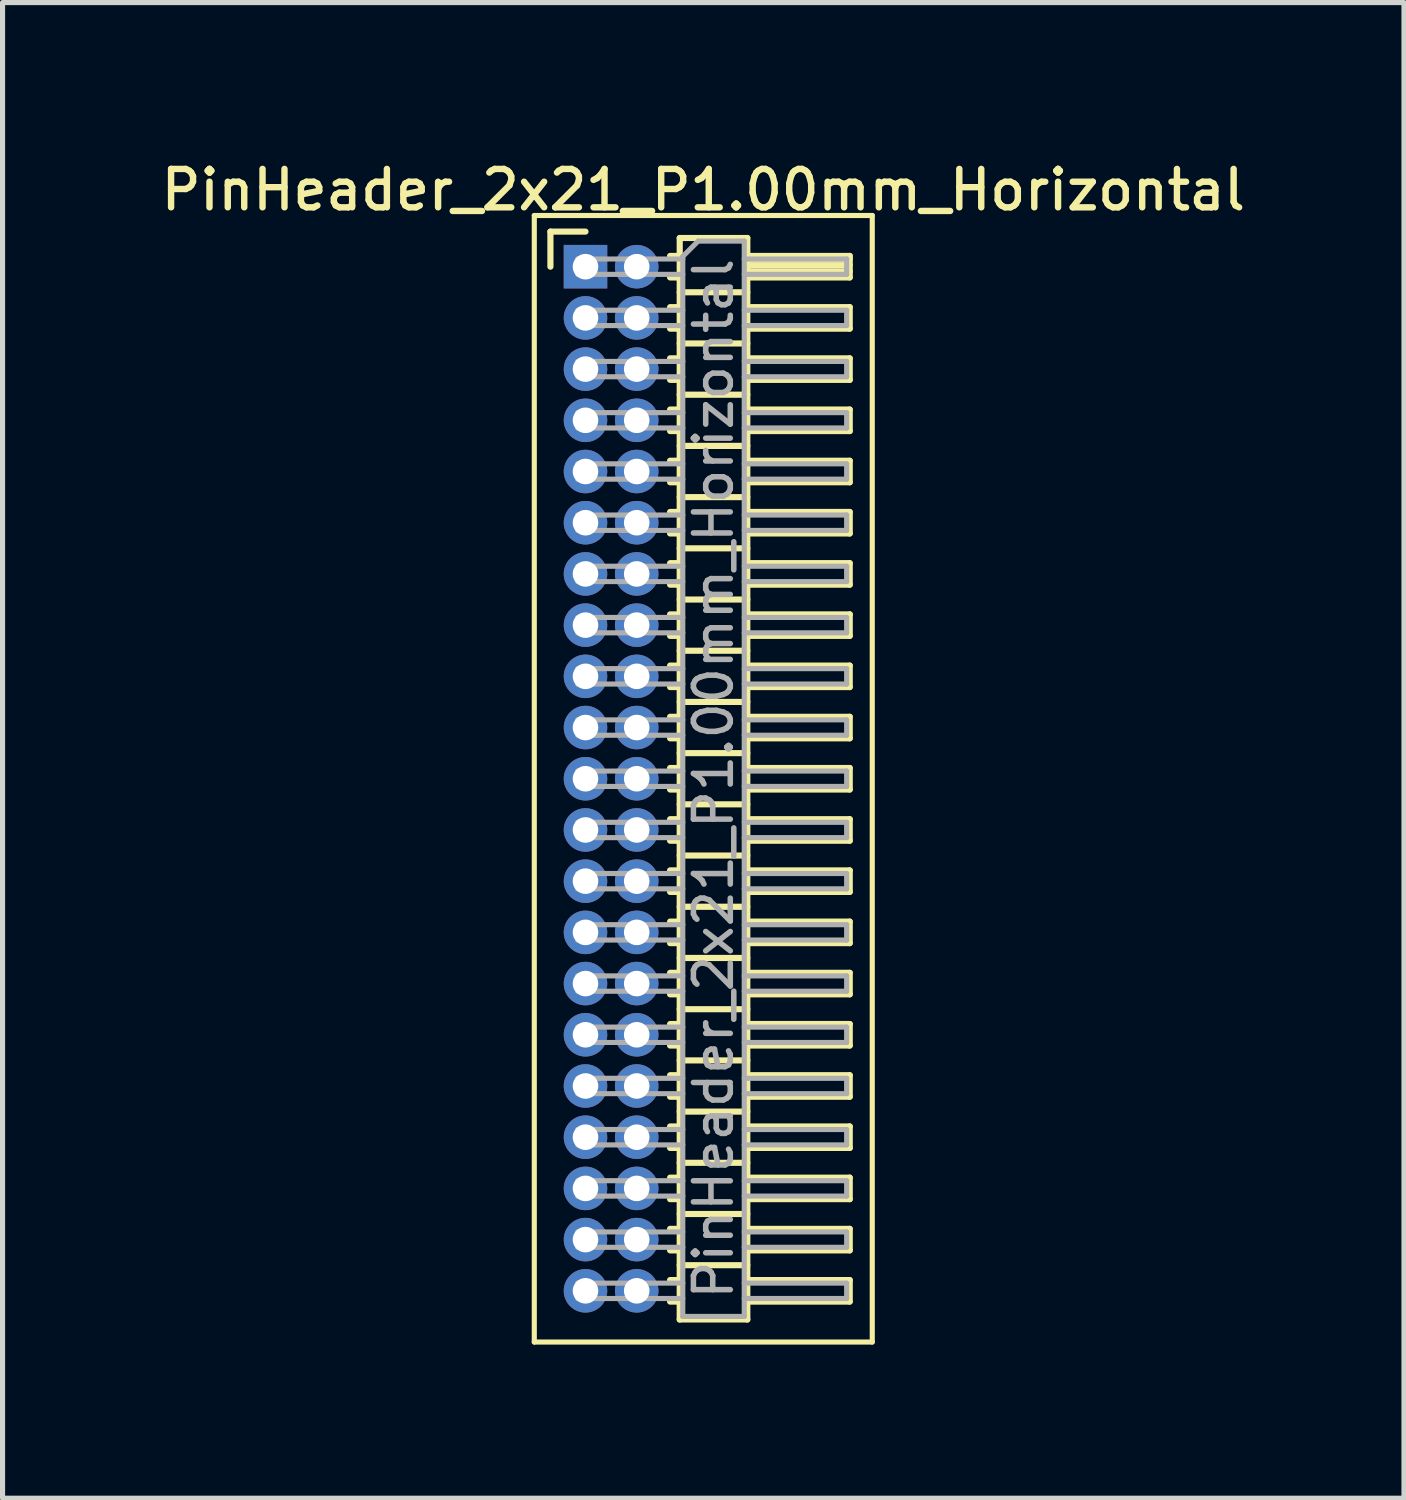
<source format=kicad_pcb>
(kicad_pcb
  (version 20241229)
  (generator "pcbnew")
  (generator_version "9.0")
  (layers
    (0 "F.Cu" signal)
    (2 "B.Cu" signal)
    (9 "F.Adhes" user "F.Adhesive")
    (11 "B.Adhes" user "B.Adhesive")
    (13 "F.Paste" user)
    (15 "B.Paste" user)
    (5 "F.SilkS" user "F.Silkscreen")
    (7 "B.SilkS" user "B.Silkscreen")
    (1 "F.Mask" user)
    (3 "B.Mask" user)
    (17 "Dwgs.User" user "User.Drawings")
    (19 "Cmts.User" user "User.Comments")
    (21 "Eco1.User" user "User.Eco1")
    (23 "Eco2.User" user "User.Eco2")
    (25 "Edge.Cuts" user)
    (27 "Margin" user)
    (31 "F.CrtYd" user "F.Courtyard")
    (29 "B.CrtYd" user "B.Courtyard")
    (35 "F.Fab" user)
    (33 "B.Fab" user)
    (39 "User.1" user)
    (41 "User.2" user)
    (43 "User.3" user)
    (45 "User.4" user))
  (footprint "PinHeader_2x21_P1.00mm_Horizontal"
    (layer "F.Cu")
    (at 8.384 2.158)
    (property "Reference" "PinHeader_2x21_P1.00mm_Horizontal" (at 2.3 -1.5 0) (layer "F.SilkS") (effects (font (size 0.75 0.75) (thickness 0.125))))
    (attr through_hole)
    (fp_line (start -1 -1) (end -1 21) (stroke (width 0.1) (type solid)) (layer "F.SilkS"))
    (fp_line (start -1 21) (end 5.6 21) (stroke (width 0.1) (type solid)) (layer "F.SilkS"))
    (fp_line (start -0.685 -0.685) (end 0 -0.685) (stroke (width 0.12) (type solid)) (layer "F.SilkS"))
    (fp_line (start -0.685 0) (end -0.685 -0.685) (stroke (width 0.12) (type solid)) (layer "F.SilkS"))
    (fp_line (start 1.652 -0.21) (end 1.84 -0.21) (stroke (width 0.12) (type solid)) (layer "F.SilkS"))
    (fp_line (start 1.652 0.21) (end 1.84 0.21) (stroke (width 0.12) (type solid)) (layer "F.SilkS"))
    (fp_line (start 1.652 0.79) (end 1.84 0.79) (stroke (width 0.12) (type solid)) (layer "F.SilkS"))
    (fp_line (start 1.652 1.21) (end 1.84 1.21) (stroke (width 0.12) (type solid)) (layer "F.SilkS"))
    (fp_line (start 1.652 1.79) (end 1.84 1.79) (stroke (width 0.12) (type solid)) (layer "F.SilkS"))
    (fp_line (start 1.652 2.21) (end 1.84 2.21) (stroke (width 0.12) (type solid)) (layer "F.SilkS"))
    (fp_line (start 1.652 2.79) (end 1.84 2.79) (stroke (width 0.12) (type solid)) (layer "F.SilkS"))
    (fp_line (start 1.652 3.21) (end 1.84 3.21) (stroke (width 0.12) (type solid)) (layer "F.SilkS"))
    (fp_line (start 1.652 3.79) (end 1.84 3.79) (stroke (width 0.12) (type solid)) (layer "F.SilkS"))
    (fp_line (start 1.652 4.21) (end 1.84 4.21) (stroke (width 0.12) (type solid)) (layer "F.SilkS"))
    (fp_line (start 1.652 4.79) (end 1.84 4.79) (stroke (width 0.12) (type solid)) (layer "F.SilkS"))
    (fp_line (start 1.652 5.21) (end 1.84 5.21) (stroke (width 0.12) (type solid)) (layer "F.SilkS"))
    (fp_line (start 1.652 5.79) (end 1.84 5.79) (stroke (width 0.12) (type solid)) (layer "F.SilkS"))
    (fp_line (start 1.652 6.21) (end 1.84 6.21) (stroke (width 0.12) (type solid)) (layer "F.SilkS"))
    (fp_line (start 1.652 6.79) (end 1.84 6.79) (stroke (width 0.12) (type solid)) (layer "F.SilkS"))
    (fp_line (start 1.652 7.21) (end 1.84 7.21) (stroke (width 0.12) (type solid)) (layer "F.SilkS"))
    (fp_line (start 1.652 7.79) (end 1.84 7.79) (stroke (width 0.12) (type solid)) (layer "F.SilkS"))
    (fp_line (start 1.652 8.21) (end 1.84 8.21) (stroke (width 0.12) (type solid)) (layer "F.SilkS"))
    (fp_line (start 1.652 8.79) (end 1.84 8.79) (stroke (width 0.12) (type solid)) (layer "F.SilkS"))
    (fp_line (start 1.652 9.21) (end 1.84 9.21) (stroke (width 0.12) (type solid)) (layer "F.SilkS"))
    (fp_line (start 1.652 9.79) (end 1.84 9.79) (stroke (width 0.12) (type solid)) (layer "F.SilkS"))
    (fp_line (start 1.652 10.21) (end 1.84 10.21) (stroke (width 0.12) (type solid)) (layer "F.SilkS"))
    (fp_line (start 1.652 10.79) (end 1.84 10.79) (stroke (width 0.12) (type solid)) (layer "F.SilkS"))
    (fp_line (start 1.652 11.21) (end 1.84 11.21) (stroke (width 0.12) (type solid)) (layer "F.SilkS"))
    (fp_line (start 1.652 11.79) (end 1.84 11.79) (stroke (width 0.12) (type solid)) (layer "F.SilkS"))
    (fp_line (start 1.652 12.21) (end 1.84 12.21) (stroke (width 0.12) (type solid)) (layer "F.SilkS"))
    (fp_line (start 1.652 12.79) (end 1.84 12.79) (stroke (width 0.12) (type solid)) (layer "F.SilkS"))
    (fp_line (start 1.652 13.21) (end 1.84 13.21) (stroke (width 0.12) (type solid)) (layer "F.SilkS"))
    (fp_line (start 1.652 13.79) (end 1.84 13.79) (stroke (width 0.12) (type solid)) (layer "F.SilkS"))
    (fp_line (start 1.652 14.21) (end 1.84 14.21) (stroke (width 0.12) (type solid)) (layer "F.SilkS"))
    (fp_line (start 1.652 14.79) (end 1.84 14.79) (stroke (width 0.12) (type solid)) (layer "F.SilkS"))
    (fp_line (start 1.652 15.21) (end 1.84 15.21) (stroke (width 0.12) (type solid)) (layer "F.SilkS"))
    (fp_line (start 1.652 15.79) (end 1.84 15.79) (stroke (width 0.12) (type solid)) (layer "F.SilkS"))
    (fp_line (start 1.652 16.21) (end 1.84 16.21) (stroke (width 0.12) (type solid)) (layer "F.SilkS"))
    (fp_line (start 1.652 16.79) (end 1.84 16.79) (stroke (width 0.12) (type solid)) (layer "F.SilkS"))
    (fp_line (start 1.652 17.21) (end 1.84 17.21) (stroke (width 0.12) (type solid)) (layer "F.SilkS"))
    (fp_line (start 1.652 17.79) (end 1.84 17.79) (stroke (width 0.12) (type solid)) (layer "F.SilkS"))
    (fp_line (start 1.652 18.21) (end 1.84 18.21) (stroke (width 0.12) (type solid)) (layer "F.SilkS"))
    (fp_line (start 1.652 18.79) (end 1.84 18.79) (stroke (width 0.12) (type solid)) (layer "F.SilkS"))
    (fp_line (start 1.652 19.21) (end 1.84 19.21) (stroke (width 0.12) (type solid)) (layer "F.SilkS"))
    (fp_line (start 1.652 19.79) (end 1.84 19.79) (stroke (width 0.12) (type solid)) (layer "F.SilkS"))
    (fp_line (start 1.652 20.21) (end 1.84 20.21) (stroke (width 0.12) (type solid)) (layer "F.SilkS"))
    (fp_line (start 1.84 -0.56) (end 1.84 20.56) (stroke (width 0.12) (type solid)) (layer "F.SilkS"))
    (fp_line (start 1.84 0.5) (end 3.16 0.5) (stroke (width 0.12) (type solid)) (layer "F.SilkS"))
    (fp_line (start 1.84 1.5) (end 3.16 1.5) (stroke (width 0.12) (type solid)) (layer "F.SilkS"))
    (fp_line (start 1.84 2.5) (end 3.16 2.5) (stroke (width 0.12) (type solid)) (layer "F.SilkS"))
    (fp_line (start 1.84 3.5) (end 3.16 3.5) (stroke (width 0.12) (type solid)) (layer "F.SilkS"))
    (fp_line (start 1.84 4.5) (end 3.16 4.5) (stroke (width 0.12) (type solid)) (layer "F.SilkS"))
    (fp_line (start 1.84 5.5) (end 3.16 5.5) (stroke (width 0.12) (type solid)) (layer "F.SilkS"))
    (fp_line (start 1.84 6.5) (end 3.16 6.5) (stroke (width 0.12) (type solid)) (layer "F.SilkS"))
    (fp_line (start 1.84 7.5) (end 3.16 7.5) (stroke (width 0.12) (type solid)) (layer "F.SilkS"))
    (fp_line (start 1.84 8.5) (end 3.16 8.5) (stroke (width 0.12) (type solid)) (layer "F.SilkS"))
    (fp_line (start 1.84 9.5) (end 3.16 9.5) (stroke (width 0.12) (type solid)) (layer "F.SilkS"))
    (fp_line (start 1.84 10.5) (end 3.16 10.5) (stroke (width 0.12) (type solid)) (layer "F.SilkS"))
    (fp_line (start 1.84 11.5) (end 3.16 11.5) (stroke (width 0.12) (type solid)) (layer "F.SilkS"))
    (fp_line (start 1.84 12.5) (end 3.16 12.5) (stroke (width 0.12) (type solid)) (layer "F.SilkS"))
    (fp_line (start 1.84 13.5) (end 3.16 13.5) (stroke (width 0.12) (type solid)) (layer "F.SilkS"))
    (fp_line (start 1.84 14.5) (end 3.16 14.5) (stroke (width 0.12) (type solid)) (layer "F.SilkS"))
    (fp_line (start 1.84 15.5) (end 3.16 15.5) (stroke (width 0.12) (type solid)) (layer "F.SilkS"))
    (fp_line (start 1.84 16.5) (end 3.16 16.5) (stroke (width 0.12) (type solid)) (layer "F.SilkS"))
    (fp_line (start 1.84 17.5) (end 3.16 17.5) (stroke (width 0.12) (type solid)) (layer "F.SilkS"))
    (fp_line (start 1.84 18.5) (end 3.16 18.5) (stroke (width 0.12) (type solid)) (layer "F.SilkS"))
    (fp_line (start 1.84 19.5) (end 3.16 19.5) (stroke (width 0.12) (type solid)) (layer "F.SilkS"))
    (fp_line (start 1.84 20.56) (end 3.16 20.56) (stroke (width 0.12) (type solid)) (layer "F.SilkS"))
    (fp_line (start 3.16 -0.56) (end 1.84 -0.56) (stroke (width 0.12) (type solid)) (layer "F.SilkS"))
    (fp_line (start 3.16 -0.21) (end 5.16 -0.21) (stroke (width 0.12) (type solid)) (layer "F.SilkS"))
    (fp_line (start 3.16 -0.15) (end 5.16 -0.15) (stroke (width 0.12) (type solid)) (layer "F.SilkS"))
    (fp_line (start 3.16 -0.03) (end 5.16 -0.03) (stroke (width 0.12) (type solid)) (layer "F.SilkS"))
    (fp_line (start 3.16 0.09) (end 5.16 0.09) (stroke (width 0.12) (type solid)) (layer "F.SilkS"))
    (fp_line (start 3.16 0.79) (end 5.16 0.79) (stroke (width 0.12) (type solid)) (layer "F.SilkS"))
    (fp_line (start 3.16 1.79) (end 5.16 1.79) (stroke (width 0.12) (type solid)) (layer "F.SilkS"))
    (fp_line (start 3.16 2.79) (end 5.16 2.79) (stroke (width 0.12) (type solid)) (layer "F.SilkS"))
    (fp_line (start 3.16 3.79) (end 5.16 3.79) (stroke (width 0.12) (type solid)) (layer "F.SilkS"))
    (fp_line (start 3.16 4.79) (end 5.16 4.79) (stroke (width 0.12) (type solid)) (layer "F.SilkS"))
    (fp_line (start 3.16 5.79) (end 5.16 5.79) (stroke (width 0.12) (type solid)) (layer "F.SilkS"))
    (fp_line (start 3.16 6.79) (end 5.16 6.79) (stroke (width 0.12) (type solid)) (layer "F.SilkS"))
    (fp_line (start 3.16 7.79) (end 5.16 7.79) (stroke (width 0.12) (type solid)) (layer "F.SilkS"))
    (fp_line (start 3.16 8.79) (end 5.16 8.79) (stroke (width 0.12) (type solid)) (layer "F.SilkS"))
    (fp_line (start 3.16 9.79) (end 5.16 9.79) (stroke (width 0.12) (type solid)) (layer "F.SilkS"))
    (fp_line (start 3.16 10.79) (end 5.16 10.79) (stroke (width 0.12) (type solid)) (layer "F.SilkS"))
    (fp_line (start 3.16 11.79) (end 5.16 11.79) (stroke (width 0.12) (type solid)) (layer "F.SilkS"))
    (fp_line (start 3.16 12.79) (end 5.16 12.79) (stroke (width 0.12) (type solid)) (layer "F.SilkS"))
    (fp_line (start 3.16 13.79) (end 5.16 13.79) (stroke (width 0.12) (type solid)) (layer "F.SilkS"))
    (fp_line (start 3.16 14.79) (end 5.16 14.79) (stroke (width 0.12) (type solid)) (layer "F.SilkS"))
    (fp_line (start 3.16 15.79) (end 5.16 15.79) (stroke (width 0.12) (type solid)) (layer "F.SilkS"))
    (fp_line (start 3.16 16.79) (end 5.16 16.79) (stroke (width 0.12) (type solid)) (layer "F.SilkS"))
    (fp_line (start 3.16 17.79) (end 5.16 17.79) (stroke (width 0.12) (type solid)) (layer "F.SilkS"))
    (fp_line (start 3.16 18.79) (end 5.16 18.79) (stroke (width 0.12) (type solid)) (layer "F.SilkS"))
    (fp_line (start 3.16 19.79) (end 5.16 19.79) (stroke (width 0.12) (type solid)) (layer "F.SilkS"))
    (fp_line (start 3.16 20.56) (end 3.16 -0.56) (stroke (width 0.12) (type solid)) (layer "F.SilkS"))
    (fp_line (start 5.16 -0.21) (end 5.16 0.21) (stroke (width 0.12) (type solid)) (layer "F.SilkS"))
    (fp_line (start 5.16 0.21) (end 3.16 0.21) (stroke (width 0.12) (type solid)) (layer "F.SilkS"))
    (fp_line (start 5.16 0.79) (end 5.16 1.21) (stroke (width 0.12) (type solid)) (layer "F.SilkS"))
    (fp_line (start 5.16 1.21) (end 3.16 1.21) (stroke (width 0.12) (type solid)) (layer "F.SilkS"))
    (fp_line (start 5.16 1.79) (end 5.16 2.21) (stroke (width 0.12) (type solid)) (layer "F.SilkS"))
    (fp_line (start 5.16 2.21) (end 3.16 2.21) (stroke (width 0.12) (type solid)) (layer "F.SilkS"))
    (fp_line (start 5.16 2.79) (end 5.16 3.21) (stroke (width 0.12) (type solid)) (layer "F.SilkS"))
    (fp_line (start 5.16 3.21) (end 3.16 3.21) (stroke (width 0.12) (type solid)) (layer "F.SilkS"))
    (fp_line (start 5.16 3.79) (end 5.16 4.21) (stroke (width 0.12) (type solid)) (layer "F.SilkS"))
    (fp_line (start 5.16 4.21) (end 3.16 4.21) (stroke (width 0.12) (type solid)) (layer "F.SilkS"))
    (fp_line (start 5.16 4.79) (end 5.16 5.21) (stroke (width 0.12) (type solid)) (layer "F.SilkS"))
    (fp_line (start 5.16 5.21) (end 3.16 5.21) (stroke (width 0.12) (type solid)) (layer "F.SilkS"))
    (fp_line (start 5.16 5.79) (end 5.16 6.21) (stroke (width 0.12) (type solid)) (layer "F.SilkS"))
    (fp_line (start 5.16 6.21) (end 3.16 6.21) (stroke (width 0.12) (type solid)) (layer "F.SilkS"))
    (fp_line (start 5.16 6.79) (end 5.16 7.21) (stroke (width 0.12) (type solid)) (layer "F.SilkS"))
    (fp_line (start 5.16 7.21) (end 3.16 7.21) (stroke (width 0.12) (type solid)) (layer "F.SilkS"))
    (fp_line (start 5.16 7.79) (end 5.16 8.21) (stroke (width 0.12) (type solid)) (layer "F.SilkS"))
    (fp_line (start 5.16 8.21) (end 3.16 8.21) (stroke (width 0.12) (type solid)) (layer "F.SilkS"))
    (fp_line (start 5.16 8.79) (end 5.16 9.21) (stroke (width 0.12) (type solid)) (layer "F.SilkS"))
    (fp_line (start 5.16 9.21) (end 3.16 9.21) (stroke (width 0.12) (type solid)) (layer "F.SilkS"))
    (fp_line (start 5.16 9.79) (end 5.16 10.21) (stroke (width 0.12) (type solid)) (layer "F.SilkS"))
    (fp_line (start 5.16 10.21) (end 3.16 10.21) (stroke (width 0.12) (type solid)) (layer "F.SilkS"))
    (fp_line (start 5.16 10.79) (end 5.16 11.21) (stroke (width 0.12) (type solid)) (layer "F.SilkS"))
    (fp_line (start 5.16 11.21) (end 3.16 11.21) (stroke (width 0.12) (type solid)) (layer "F.SilkS"))
    (fp_line (start 5.16 11.79) (end 5.16 12.21) (stroke (width 0.12) (type solid)) (layer "F.SilkS"))
    (fp_line (start 5.16 12.21) (end 3.16 12.21) (stroke (width 0.12) (type solid)) (layer "F.SilkS"))
    (fp_line (start 5.16 12.79) (end 5.16 13.21) (stroke (width 0.12) (type solid)) (layer "F.SilkS"))
    (fp_line (start 5.16 13.21) (end 3.16 13.21) (stroke (width 0.12) (type solid)) (layer "F.SilkS"))
    (fp_line (start 5.16 13.79) (end 5.16 14.21) (stroke (width 0.12) (type solid)) (layer "F.SilkS"))
    (fp_line (start 5.16 14.21) (end 3.16 14.21) (stroke (width 0.12) (type solid)) (layer "F.SilkS"))
    (fp_line (start 5.16 14.79) (end 5.16 15.21) (stroke (width 0.12) (type solid)) (layer "F.SilkS"))
    (fp_line (start 5.16 15.21) (end 3.16 15.21) (stroke (width 0.12) (type solid)) (layer "F.SilkS"))
    (fp_line (start 5.16 15.79) (end 5.16 16.21) (stroke (width 0.12) (type solid)) (layer "F.SilkS"))
    (fp_line (start 5.16 16.21) (end 3.16 16.21) (stroke (width 0.12) (type solid)) (layer "F.SilkS"))
    (fp_line (start 5.16 16.79) (end 5.16 17.21) (stroke (width 0.12) (type solid)) (layer "F.SilkS"))
    (fp_line (start 5.16 17.21) (end 3.16 17.21) (stroke (width 0.12) (type solid)) (layer "F.SilkS"))
    (fp_line (start 5.16 17.79) (end 5.16 18.21) (stroke (width 0.12) (type solid)) (layer "F.SilkS"))
    (fp_line (start 5.16 18.21) (end 3.16 18.21) (stroke (width 0.12) (type solid)) (layer "F.SilkS"))
    (fp_line (start 5.16 18.79) (end 5.16 19.21) (stroke (width 0.12) (type solid)) (layer "F.SilkS"))
    (fp_line (start 5.16 19.21) (end 3.16 19.21) (stroke (width 0.12) (type solid)) (layer "F.SilkS"))
    (fp_line (start 5.16 19.79) (end 5.16 20.21) (stroke (width 0.12) (type solid)) (layer "F.SilkS"))
    (fp_line (start 5.16 20.21) (end 3.16 20.21) (stroke (width 0.12) (type solid)) (layer "F.SilkS"))
    (fp_line (start 5.6 -1) (end -1 -1) (stroke (width 0.1) (type solid)) (layer "F.SilkS"))
    (fp_line (start 5.6 21) (end 5.6 -1) (stroke (width 0.1) (type solid)) (layer "F.SilkS"))
    (fp_line (start -0.15 -0.15) (end -0.15 0.15) (stroke (width 0.1) (type solid)) (layer "F.Fab"))
    (fp_line (start -0.15 -0.15) (end 1.9 -0.15) (stroke (width 0.1) (type solid)) (layer "F.Fab"))
    (fp_line (start -0.15 0.15) (end 1.9 0.15) (stroke (width 0.1) (type solid)) (layer "F.Fab"))
    (fp_line (start -0.15 0.85) (end -0.15 1.15) (stroke (width 0.1) (type solid)) (layer "F.Fab"))
    (fp_line (start -0.15 0.85) (end 1.9 0.85) (stroke (width 0.1) (type solid)) (layer "F.Fab"))
    (fp_line (start -0.15 1.15) (end 1.9 1.15) (stroke (width 0.1) (type solid)) (layer "F.Fab"))
    (fp_line (start -0.15 1.85) (end -0.15 2.15) (stroke (width 0.1) (type solid)) (layer "F.Fab"))
    (fp_line (start -0.15 1.85) (end 1.9 1.85) (stroke (width 0.1) (type solid)) (layer "F.Fab"))
    (fp_line (start -0.15 2.15) (end 1.9 2.15) (stroke (width 0.1) (type solid)) (layer "F.Fab"))
    (fp_line (start -0.15 2.85) (end -0.15 3.15) (stroke (width 0.1) (type solid)) (layer "F.Fab"))
    (fp_line (start -0.15 2.85) (end 1.9 2.85) (stroke (width 0.1) (type solid)) (layer "F.Fab"))
    (fp_line (start -0.15 3.15) (end 1.9 3.15) (stroke (width 0.1) (type solid)) (layer "F.Fab"))
    (fp_line (start -0.15 3.85) (end -0.15 4.15) (stroke (width 0.1) (type solid)) (layer "F.Fab"))
    (fp_line (start -0.15 3.85) (end 1.9 3.85) (stroke (width 0.1) (type solid)) (layer "F.Fab"))
    (fp_line (start -0.15 4.15) (end 1.9 4.15) (stroke (width 0.1) (type solid)) (layer "F.Fab"))
    (fp_line (start -0.15 4.85) (end -0.15 5.15) (stroke (width 0.1) (type solid)) (layer "F.Fab"))
    (fp_line (start -0.15 4.85) (end 1.9 4.85) (stroke (width 0.1) (type solid)) (layer "F.Fab"))
    (fp_line (start -0.15 5.15) (end 1.9 5.15) (stroke (width 0.1) (type solid)) (layer "F.Fab"))
    (fp_line (start -0.15 5.85) (end -0.15 6.15) (stroke (width 0.1) (type solid)) (layer "F.Fab"))
    (fp_line (start -0.15 5.85) (end 1.9 5.85) (stroke (width 0.1) (type solid)) (layer "F.Fab"))
    (fp_line (start -0.15 6.15) (end 1.9 6.15) (stroke (width 0.1) (type solid)) (layer "F.Fab"))
    (fp_line (start -0.15 6.85) (end -0.15 7.15) (stroke (width 0.1) (type solid)) (layer "F.Fab"))
    (fp_line (start -0.15 6.85) (end 1.9 6.85) (stroke (width 0.1) (type solid)) (layer "F.Fab"))
    (fp_line (start -0.15 7.15) (end 1.9 7.15) (stroke (width 0.1) (type solid)) (layer "F.Fab"))
    (fp_line (start -0.15 7.85) (end -0.15 8.15) (stroke (width 0.1) (type solid)) (layer "F.Fab"))
    (fp_line (start -0.15 7.85) (end 1.9 7.85) (stroke (width 0.1) (type solid)) (layer "F.Fab"))
    (fp_line (start -0.15 8.15) (end 1.9 8.15) (stroke (width 0.1) (type solid)) (layer "F.Fab"))
    (fp_line (start -0.15 8.85) (end -0.15 9.15) (stroke (width 0.1) (type solid)) (layer "F.Fab"))
    (fp_line (start -0.15 8.85) (end 1.9 8.85) (stroke (width 0.1) (type solid)) (layer "F.Fab"))
    (fp_line (start -0.15 9.15) (end 1.9 9.15) (stroke (width 0.1) (type solid)) (layer "F.Fab"))
    (fp_line (start -0.15 9.85) (end -0.15 10.15) (stroke (width 0.1) (type solid)) (layer "F.Fab"))
    (fp_line (start -0.15 9.85) (end 1.9 9.85) (stroke (width 0.1) (type solid)) (layer "F.Fab"))
    (fp_line (start -0.15 10.15) (end 1.9 10.15) (stroke (width 0.1) (type solid)) (layer "F.Fab"))
    (fp_line (start -0.15 10.85) (end -0.15 11.15) (stroke (width 0.1) (type solid)) (layer "F.Fab"))
    (fp_line (start -0.15 10.85) (end 1.9 10.85) (stroke (width 0.1) (type solid)) (layer "F.Fab"))
    (fp_line (start -0.15 11.15) (end 1.9 11.15) (stroke (width 0.1) (type solid)) (layer "F.Fab"))
    (fp_line (start -0.15 11.85) (end -0.15 12.15) (stroke (width 0.1) (type solid)) (layer "F.Fab"))
    (fp_line (start -0.15 11.85) (end 1.9 11.85) (stroke (width 0.1) (type solid)) (layer "F.Fab"))
    (fp_line (start -0.15 12.15) (end 1.9 12.15) (stroke (width 0.1) (type solid)) (layer "F.Fab"))
    (fp_line (start -0.15 12.85) (end -0.15 13.15) (stroke (width 0.1) (type solid)) (layer "F.Fab"))
    (fp_line (start -0.15 12.85) (end 1.9 12.85) (stroke (width 0.1) (type solid)) (layer "F.Fab"))
    (fp_line (start -0.15 13.15) (end 1.9 13.15) (stroke (width 0.1) (type solid)) (layer "F.Fab"))
    (fp_line (start -0.15 13.85) (end -0.15 14.15) (stroke (width 0.1) (type solid)) (layer "F.Fab"))
    (fp_line (start -0.15 13.85) (end 1.9 13.85) (stroke (width 0.1) (type solid)) (layer "F.Fab"))
    (fp_line (start -0.15 14.15) (end 1.9 14.15) (stroke (width 0.1) (type solid)) (layer "F.Fab"))
    (fp_line (start -0.15 14.85) (end -0.15 15.15) (stroke (width 0.1) (type solid)) (layer "F.Fab"))
    (fp_line (start -0.15 14.85) (end 1.9 14.85) (stroke (width 0.1) (type solid)) (layer "F.Fab"))
    (fp_line (start -0.15 15.15) (end 1.9 15.15) (stroke (width 0.1) (type solid)) (layer "F.Fab"))
    (fp_line (start -0.15 15.85) (end -0.15 16.15) (stroke (width 0.1) (type solid)) (layer "F.Fab"))
    (fp_line (start -0.15 15.85) (end 1.9 15.85) (stroke (width 0.1) (type solid)) (layer "F.Fab"))
    (fp_line (start -0.15 16.15) (end 1.9 16.15) (stroke (width 0.1) (type solid)) (layer "F.Fab"))
    (fp_line (start -0.15 16.85) (end -0.15 17.15) (stroke (width 0.1) (type solid)) (layer "F.Fab"))
    (fp_line (start -0.15 16.85) (end 1.9 16.85) (stroke (width 0.1) (type solid)) (layer "F.Fab"))
    (fp_line (start -0.15 17.15) (end 1.9 17.15) (stroke (width 0.1) (type solid)) (layer "F.Fab"))
    (fp_line (start -0.15 17.85) (end -0.15 18.15) (stroke (width 0.1) (type solid)) (layer "F.Fab"))
    (fp_line (start -0.15 17.85) (end 1.9 17.85) (stroke (width 0.1) (type solid)) (layer "F.Fab"))
    (fp_line (start -0.15 18.15) (end 1.9 18.15) (stroke (width 0.1) (type solid)) (layer "F.Fab"))
    (fp_line (start -0.15 18.85) (end -0.15 19.15) (stroke (width 0.1) (type solid)) (layer "F.Fab"))
    (fp_line (start -0.15 18.85) (end 1.9 18.85) (stroke (width 0.1) (type solid)) (layer "F.Fab"))
    (fp_line (start -0.15 19.15) (end 1.9 19.15) (stroke (width 0.1) (type solid)) (layer "F.Fab"))
    (fp_line (start -0.15 19.85) (end -0.15 20.15) (stroke (width 0.1) (type solid)) (layer "F.Fab"))
    (fp_line (start -0.15 19.85) (end 1.9 19.85) (stroke (width 0.1) (type solid)) (layer "F.Fab"))
    (fp_line (start -0.15 20.15) (end 1.9 20.15) (stroke (width 0.1) (type solid)) (layer "F.Fab"))
    (fp_line (start 1.9 -0.2) (end 2.2 -0.5) (stroke (width 0.1) (type solid)) (layer "F.Fab"))
    (fp_line (start 1.9 20.5) (end 1.9 -0.2) (stroke (width 0.1) (type solid)) (layer "F.Fab"))
    (fp_line (start 2.2 -0.5) (end 3.1 -0.5) (stroke (width 0.1) (type solid)) (layer "F.Fab"))
    (fp_line (start 3.1 -0.5) (end 3.1 20.5) (stroke (width 0.1) (type solid)) (layer "F.Fab"))
    (fp_line (start 3.1 -0.15) (end 5.1 -0.15) (stroke (width 0.1) (type solid)) (layer "F.Fab"))
    (fp_line (start 3.1 0.15) (end 5.1 0.15) (stroke (width 0.1) (type solid)) (layer "F.Fab"))
    (fp_line (start 3.1 0.85) (end 5.1 0.85) (stroke (width 0.1) (type solid)) (layer "F.Fab"))
    (fp_line (start 3.1 1.15) (end 5.1 1.15) (stroke (width 0.1) (type solid)) (layer "F.Fab"))
    (fp_line (start 3.1 1.85) (end 5.1 1.85) (stroke (width 0.1) (type solid)) (layer "F.Fab"))
    (fp_line (start 3.1 2.15) (end 5.1 2.15) (stroke (width 0.1) (type solid)) (layer "F.Fab"))
    (fp_line (start 3.1 2.85) (end 5.1 2.85) (stroke (width 0.1) (type solid)) (layer "F.Fab"))
    (fp_line (start 3.1 3.15) (end 5.1 3.15) (stroke (width 0.1) (type solid)) (layer "F.Fab"))
    (fp_line (start 3.1 3.85) (end 5.1 3.85) (stroke (width 0.1) (type solid)) (layer "F.Fab"))
    (fp_line (start 3.1 4.15) (end 5.1 4.15) (stroke (width 0.1) (type solid)) (layer "F.Fab"))
    (fp_line (start 3.1 4.85) (end 5.1 4.85) (stroke (width 0.1) (type solid)) (layer "F.Fab"))
    (fp_line (start 3.1 5.15) (end 5.1 5.15) (stroke (width 0.1) (type solid)) (layer "F.Fab"))
    (fp_line (start 3.1 5.85) (end 5.1 5.85) (stroke (width 0.1) (type solid)) (layer "F.Fab"))
    (fp_line (start 3.1 6.15) (end 5.1 6.15) (stroke (width 0.1) (type solid)) (layer "F.Fab"))
    (fp_line (start 3.1 6.85) (end 5.1 6.85) (stroke (width 0.1) (type solid)) (layer "F.Fab"))
    (fp_line (start 3.1 7.15) (end 5.1 7.15) (stroke (width 0.1) (type solid)) (layer "F.Fab"))
    (fp_line (start 3.1 7.85) (end 5.1 7.85) (stroke (width 0.1) (type solid)) (layer "F.Fab"))
    (fp_line (start 3.1 8.15) (end 5.1 8.15) (stroke (width 0.1) (type solid)) (layer "F.Fab"))
    (fp_line (start 3.1 8.85) (end 5.1 8.85) (stroke (width 0.1) (type solid)) (layer "F.Fab"))
    (fp_line (start 3.1 9.15) (end 5.1 9.15) (stroke (width 0.1) (type solid)) (layer "F.Fab"))
    (fp_line (start 3.1 9.85) (end 5.1 9.85) (stroke (width 0.1) (type solid)) (layer "F.Fab"))
    (fp_line (start 3.1 10.15) (end 5.1 10.15) (stroke (width 0.1) (type solid)) (layer "F.Fab"))
    (fp_line (start 3.1 10.85) (end 5.1 10.85) (stroke (width 0.1) (type solid)) (layer "F.Fab"))
    (fp_line (start 3.1 11.15) (end 5.1 11.15) (stroke (width 0.1) (type solid)) (layer "F.Fab"))
    (fp_line (start 3.1 11.85) (end 5.1 11.85) (stroke (width 0.1) (type solid)) (layer "F.Fab"))
    (fp_line (start 3.1 12.15) (end 5.1 12.15) (stroke (width 0.1) (type solid)) (layer "F.Fab"))
    (fp_line (start 3.1 12.85) (end 5.1 12.85) (stroke (width 0.1) (type solid)) (layer "F.Fab"))
    (fp_line (start 3.1 13.15) (end 5.1 13.15) (stroke (width 0.1) (type solid)) (layer "F.Fab"))
    (fp_line (start 3.1 13.85) (end 5.1 13.85) (stroke (width 0.1) (type solid)) (layer "F.Fab"))
    (fp_line (start 3.1 14.15) (end 5.1 14.15) (stroke (width 0.1) (type solid)) (layer "F.Fab"))
    (fp_line (start 3.1 14.85) (end 5.1 14.85) (stroke (width 0.1) (type solid)) (layer "F.Fab"))
    (fp_line (start 3.1 15.15) (end 5.1 15.15) (stroke (width 0.1) (type solid)) (layer "F.Fab"))
    (fp_line (start 3.1 15.85) (end 5.1 15.85) (stroke (width 0.1) (type solid)) (layer "F.Fab"))
    (fp_line (start 3.1 16.15) (end 5.1 16.15) (stroke (width 0.1) (type solid)) (layer "F.Fab"))
    (fp_line (start 3.1 16.85) (end 5.1 16.85) (stroke (width 0.1) (type solid)) (layer "F.Fab"))
    (fp_line (start 3.1 17.15) (end 5.1 17.15) (stroke (width 0.1) (type solid)) (layer "F.Fab"))
    (fp_line (start 3.1 17.85) (end 5.1 17.85) (stroke (width 0.1) (type solid)) (layer "F.Fab"))
    (fp_line (start 3.1 18.15) (end 5.1 18.15) (stroke (width 0.1) (type solid)) (layer "F.Fab"))
    (fp_line (start 3.1 18.85) (end 5.1 18.85) (stroke (width 0.1) (type solid)) (layer "F.Fab"))
    (fp_line (start 3.1 19.15) (end 5.1 19.15) (stroke (width 0.1) (type solid)) (layer "F.Fab"))
    (fp_line (start 3.1 19.85) (end 5.1 19.85) (stroke (width 0.1) (type solid)) (layer "F.Fab"))
    (fp_line (start 3.1 20.15) (end 5.1 20.15) (stroke (width 0.1) (type solid)) (layer "F.Fab"))
    (fp_line (start 3.1 20.5) (end 1.9 20.5) (stroke (width 0.1) (type solid)) (layer "F.Fab"))
    (fp_line (start 5.1 -0.15) (end 5.1 0.15) (stroke (width 0.1) (type solid)) (layer "F.Fab"))
    (fp_line (start 5.1 0.85) (end 5.1 1.15) (stroke (width 0.1) (type solid)) (layer "F.Fab"))
    (fp_line (start 5.1 1.85) (end 5.1 2.15) (stroke (width 0.1) (type solid)) (layer "F.Fab"))
    (fp_line (start 5.1 2.85) (end 5.1 3.15) (stroke (width 0.1) (type solid)) (layer "F.Fab"))
    (fp_line (start 5.1 3.85) (end 5.1 4.15) (stroke (width 0.1) (type solid)) (layer "F.Fab"))
    (fp_line (start 5.1 4.85) (end 5.1 5.15) (stroke (width 0.1) (type solid)) (layer "F.Fab"))
    (fp_line (start 5.1 5.85) (end 5.1 6.15) (stroke (width 0.1) (type solid)) (layer "F.Fab"))
    (fp_line (start 5.1 6.85) (end 5.1 7.15) (stroke (width 0.1) (type solid)) (layer "F.Fab"))
    (fp_line (start 5.1 7.85) (end 5.1 8.15) (stroke (width 0.1) (type solid)) (layer "F.Fab"))
    (fp_line (start 5.1 8.85) (end 5.1 9.15) (stroke (width 0.1) (type solid)) (layer "F.Fab"))
    (fp_line (start 5.1 9.85) (end 5.1 10.15) (stroke (width 0.1) (type solid)) (layer "F.Fab"))
    (fp_line (start 5.1 10.85) (end 5.1 11.15) (stroke (width 0.1) (type solid)) (layer "F.Fab"))
    (fp_line (start 5.1 11.85) (end 5.1 12.15) (stroke (width 0.1) (type solid)) (layer "F.Fab"))
    (fp_line (start 5.1 12.85) (end 5.1 13.15) (stroke (width 0.1) (type solid)) (layer "F.Fab"))
    (fp_line (start 5.1 13.85) (end 5.1 14.15) (stroke (width 0.1) (type solid)) (layer "F.Fab"))
    (fp_line (start 5.1 14.85) (end 5.1 15.15) (stroke (width 0.1) (type solid)) (layer "F.Fab"))
    (fp_line (start 5.1 15.85) (end 5.1 16.15) (stroke (width 0.1) (type solid)) (layer "F.Fab"))
    (fp_line (start 5.1 16.85) (end 5.1 17.15) (stroke (width 0.1) (type solid)) (layer "F.Fab"))
    (fp_line (start 5.1 17.85) (end 5.1 18.15) (stroke (width 0.1) (type solid)) (layer "F.Fab"))
    (fp_line (start 5.1 18.85) (end 5.1 19.15) (stroke (width 0.1) (type solid)) (layer "F.Fab"))
    (fp_line (start 5.1 19.85) (end 5.1 20.15) (stroke (width 0.1) (type solid)) (layer "F.Fab"))
    (fp_text user "${REFERENCE}" (at 2.5 10 90) (layer "F.Fab") (effects (font (size 0.72 0.72) (thickness 0.108))))
    (pad "1" thru_hole rect (at 0 0) (size 0.85 0.85) (drill 0.5) (layers "*.Cu" "*.Mask"))
    (pad "2" thru_hole oval (at 1 0) (size 0.85 0.85) (drill 0.5) (layers "*.Cu" "*.Mask"))
    (pad "3" thru_hole oval (at 0 1) (size 0.85 0.85) (drill 0.5) (layers "*.Cu" "*.Mask"))
    (pad "4" thru_hole oval (at 1 1) (size 0.85 0.85) (drill 0.5) (layers "*.Cu" "*.Mask"))
    (pad "5" thru_hole oval (at 0 2) (size 0.85 0.85) (drill 0.5) (layers "*.Cu" "*.Mask"))
    (pad "6" thru_hole oval (at 1 2) (size 0.85 0.85) (drill 0.5) (layers "*.Cu" "*.Mask"))
    (pad "7" thru_hole oval (at 0 3) (size 0.85 0.85) (drill 0.5) (layers "*.Cu" "*.Mask"))
    (pad "8" thru_hole oval (at 1 3) (size 0.85 0.85) (drill 0.5) (layers "*.Cu" "*.Mask"))
    (pad "9" thru_hole oval (at 0 4) (size 0.85 0.85) (drill 0.5) (layers "*.Cu" "*.Mask"))
    (pad "10" thru_hole oval (at 1 4) (size 0.85 0.85) (drill 0.5) (layers "*.Cu" "*.Mask"))
    (pad "11" thru_hole oval (at 0 5) (size 0.85 0.85) (drill 0.5) (layers "*.Cu" "*.Mask"))
    (pad "12" thru_hole oval (at 1 5) (size 0.85 0.85) (drill 0.5) (layers "*.Cu" "*.Mask"))
    (pad "13" thru_hole oval (at 0 6) (size 0.85 0.85) (drill 0.5) (layers "*.Cu" "*.Mask"))
    (pad "14" thru_hole oval (at 1 6) (size 0.85 0.85) (drill 0.5) (layers "*.Cu" "*.Mask"))
    (pad "15" thru_hole oval (at 0 7) (size 0.85 0.85) (drill 0.5) (layers "*.Cu" "*.Mask"))
    (pad "16" thru_hole oval (at 1 7) (size 0.85 0.85) (drill 0.5) (layers "*.Cu" "*.Mask"))
    (pad "17" thru_hole oval (at 0 8) (size 0.85 0.85) (drill 0.5) (layers "*.Cu" "*.Mask"))
    (pad "18" thru_hole oval (at 1 8) (size 0.85 0.85) (drill 0.5) (layers "*.Cu" "*.Mask"))
    (pad "19" thru_hole oval (at 0 9) (size 0.85 0.85) (drill 0.5) (layers "*.Cu" "*.Mask"))
    (pad "20" thru_hole oval (at 1 9) (size 0.85 0.85) (drill 0.5) (layers "*.Cu" "*.Mask"))
    (pad "21" thru_hole oval (at 0 10) (size 0.85 0.85) (drill 0.5) (layers "*.Cu" "*.Mask"))
    (pad "22" thru_hole oval (at 1 10) (size 0.85 0.85) (drill 0.5) (layers "*.Cu" "*.Mask"))
    (pad "23" thru_hole oval (at 0 11) (size 0.85 0.85) (drill 0.5) (layers "*.Cu" "*.Mask"))
    (pad "24" thru_hole oval (at 1 11) (size 0.85 0.85) (drill 0.5) (layers "*.Cu" "*.Mask"))
    (pad "25" thru_hole oval (at 0 12) (size 0.85 0.85) (drill 0.5) (layers "*.Cu" "*.Mask"))
    (pad "26" thru_hole oval (at 1 12) (size 0.85 0.85) (drill 0.5) (layers "*.Cu" "*.Mask"))
    (pad "27" thru_hole oval (at 0 13) (size 0.85 0.85) (drill 0.5) (layers "*.Cu" "*.Mask"))
    (pad "28" thru_hole oval (at 1 13) (size 0.85 0.85) (drill 0.5) (layers "*.Cu" "*.Mask"))
    (pad "29" thru_hole oval (at 0 14) (size 0.85 0.85) (drill 0.5) (layers "*.Cu" "*.Mask"))
    (pad "30" thru_hole oval (at 1 14) (size 0.85 0.85) (drill 0.5) (layers "*.Cu" "*.Mask"))
    (pad "31" thru_hole oval (at 0 15) (size 0.85 0.85) (drill 0.5) (layers "*.Cu" "*.Mask"))
    (pad "32" thru_hole oval (at 1 15) (size 0.85 0.85) (drill 0.5) (layers "*.Cu" "*.Mask"))
    (pad "33" thru_hole oval (at 0 16) (size 0.85 0.85) (drill 0.5) (layers "*.Cu" "*.Mask"))
    (pad "34" thru_hole oval (at 1 16) (size 0.85 0.85) (drill 0.5) (layers "*.Cu" "*.Mask"))
    (pad "35" thru_hole oval (at 0 17) (size 0.85 0.85) (drill 0.5) (layers "*.Cu" "*.Mask"))
    (pad "36" thru_hole oval (at 1 17) (size 0.85 0.85) (drill 0.5) (layers "*.Cu" "*.Mask"))
    (pad "37" thru_hole oval (at 0 18) (size 0.85 0.85) (drill 0.5) (layers "*.Cu" "*.Mask"))
    (pad "38" thru_hole oval (at 1 18) (size 0.85 0.85) (drill 0.5) (layers "*.Cu" "*.Mask"))
    (pad "39" thru_hole oval (at 0 19) (size 0.85 0.85) (drill 0.5) (layers "*.Cu" "*.Mask"))
    (pad "40" thru_hole oval (at 1 19) (size 0.85 0.85) (drill 0.5) (layers "*.Cu" "*.Mask"))
    (pad "41" thru_hole oval (at 0 20) (size 0.85 0.85) (drill 0.5) (layers "*.Cu" "*.Mask"))
    (pad "42" thru_hole oval (at 1 20) (size 0.85 0.85) (drill 0.5) (layers "*.Cu" "*.Mask")))
  (gr_rect
    (start -3 -3)
    (end 24.368 26.208)
    (stroke (width 0.1) (type default))
    (fill no)
    (layer "Edge.Cuts")))
</source>
